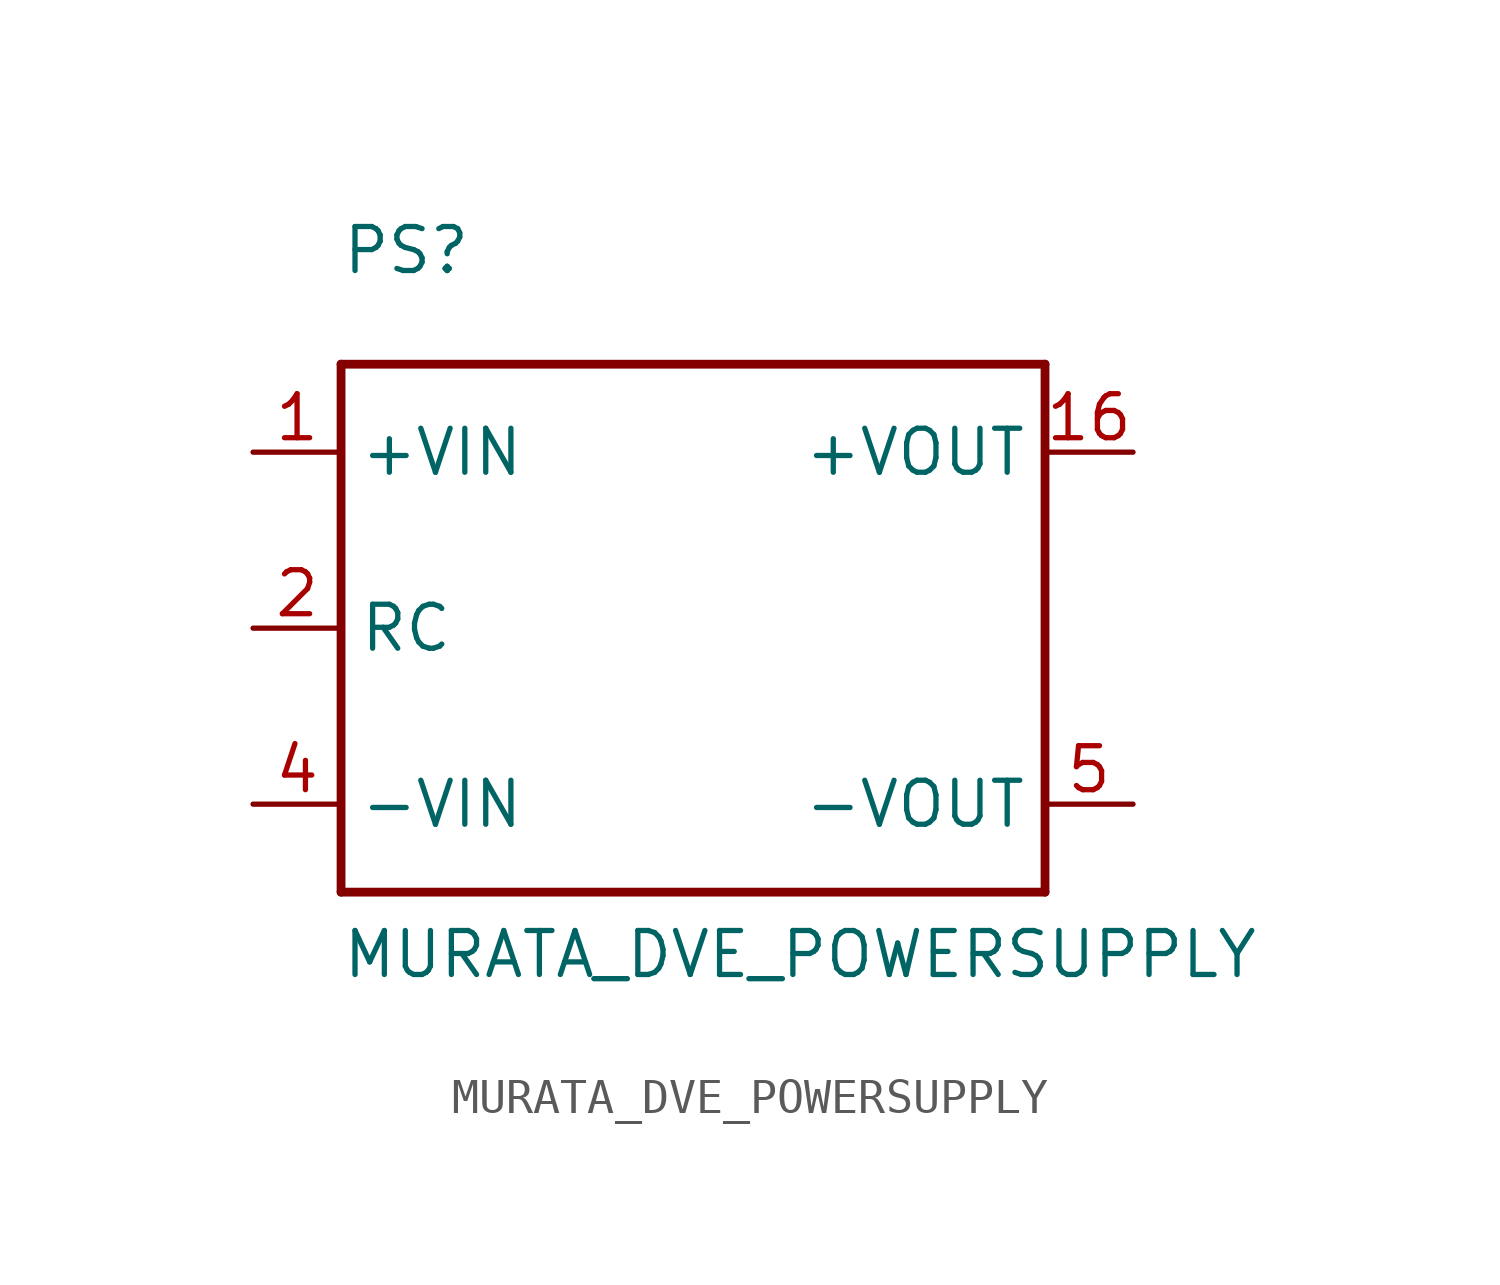
<source format=kicad_sym>
(kicad_symbol_lib
  (version 20211014)
  (generator kicad_symbol_editor)
  (symbol "MURATA_DVE_POWERSUPPLY"
    (pin_names)
    (property "Reference" "PS"
      (at -10.16 10.16 0)
      (effects (font (size 1.27 1.27)) (justify left bottom)))
    (property "Value" "MURATA_DVE_POWERSUPPLY"
      (at -10.16 -10.16 0)
      (effects (font (size 1.27 1.27)) (justify left bottom)))
    (property "Datasheet" ""
      (at 0 0 0))
    (property "ki_fp_filters" "FlashPCB_Misc:MURATA_DVE"
      (at 0 0 0))
    (symbol "MURATA_DVE_POWERSUPPLY_1_1"
      (polyline (pts (xy -10.16 7.62) (xy 10.16 7.62)) (stroke (width 0.254)) (fill (type none)))
      (polyline (pts (xy 10.16 7.62) (xy 10.16 -7.62)) (stroke (width 0.254)) (fill (type none)))
      (polyline (pts (xy 10.16 -7.62) (xy -10.16 -7.62)) (stroke (width 0.254)) (fill (type none)))
      (polyline (pts (xy -10.16 -7.62) (xy -10.16 7.62)) (stroke (width 0.254)) (fill (type none)))
      (pin bidirectional line (at -12.7 5.08 0) (length 2.54) (name "+VIN" (effects (font (size 1.27 1.27)))) (number "1" (effects (font (size 1.27 1.27)))))
      (pin bidirectional line (at -12.7 0 0) (length 2.54) (name "RC" (effects (font (size 1.27 1.27)))) (number "2" (effects (font (size 1.27 1.27)))))
      (pin bidirectional line (at -12.7 -5.08 0) (length 2.54) (name "-VIN" (effects (font (size 1.27 1.27)))) (number "4" (effects (font (size 1.27 1.27)))))
      (pin bidirectional line (at 12.7 5.08 180) (length 2.54) (name "+VOUT" (effects (font (size 1.27 1.27)))) (number "16" (effects (font (size 1.27 1.27)))))
      (pin bidirectional line (at 12.7 -5.08 180) (length 2.54) (name "-VOUT" (effects (font (size 1.27 1.27)))) (number "5" (effects (font (size 1.27 1.27))))))))
</source>
